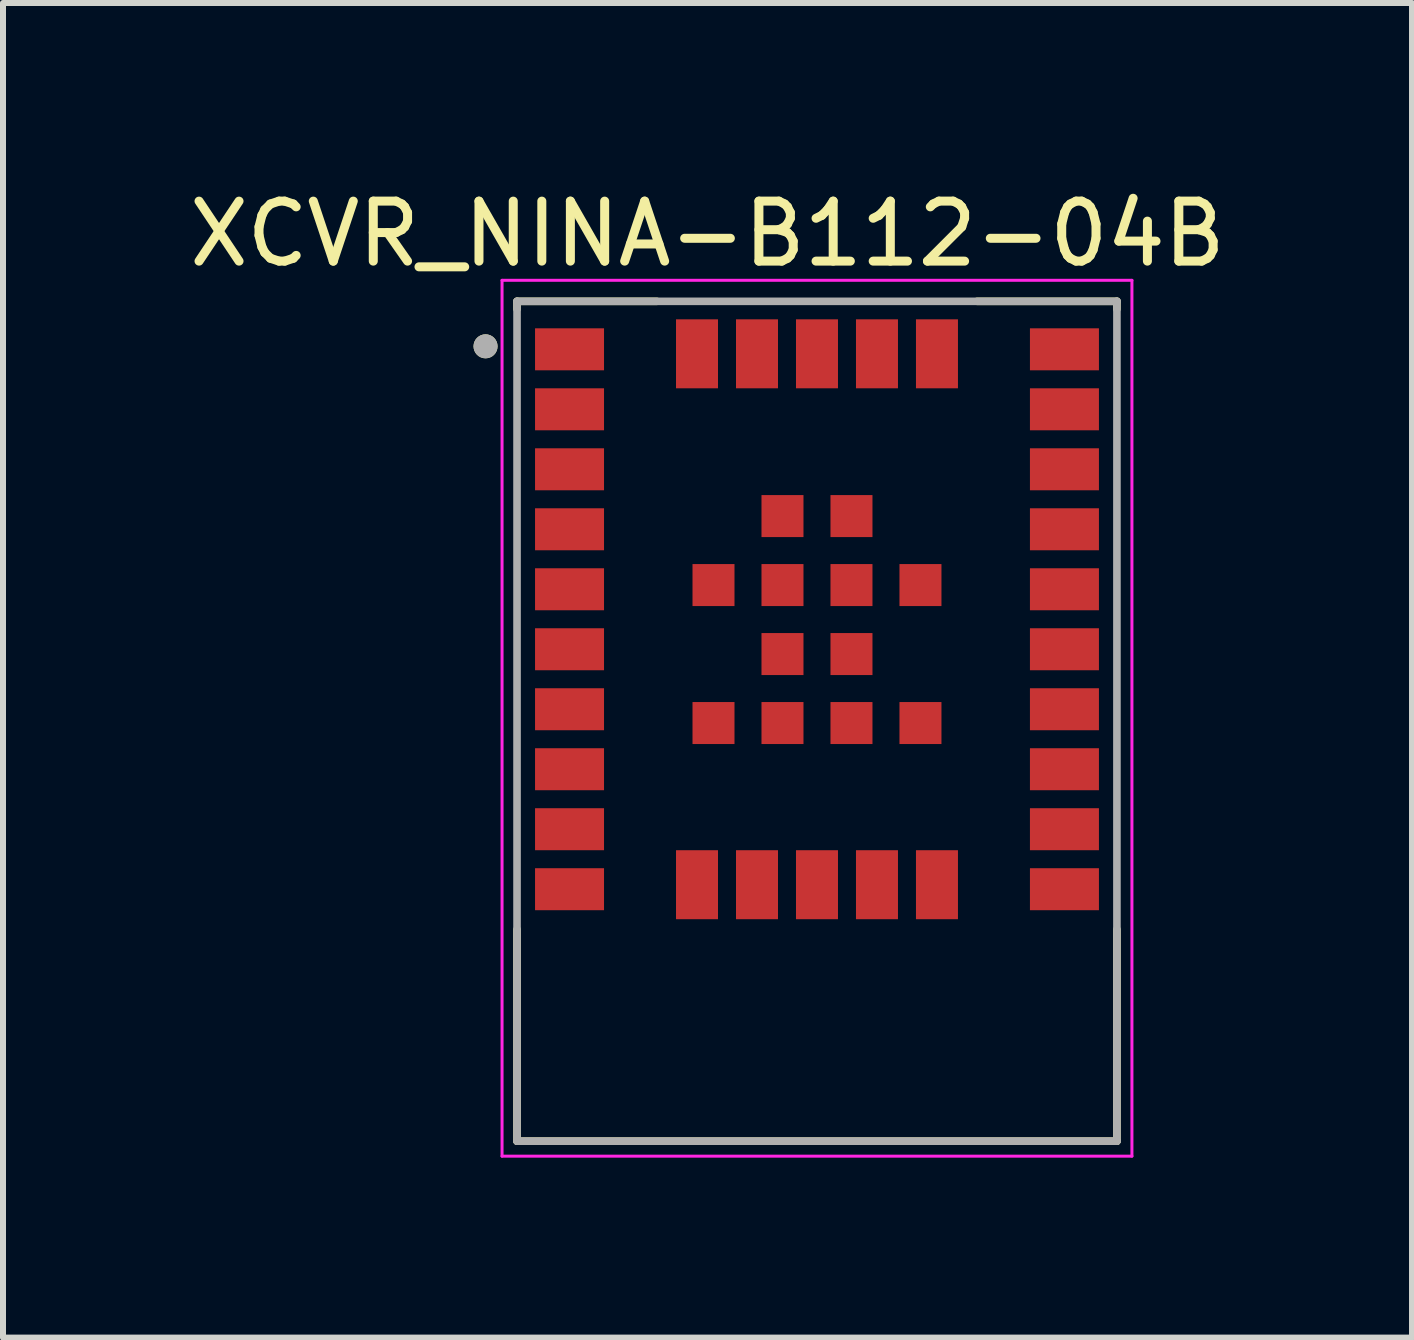
<source format=kicad_pcb>
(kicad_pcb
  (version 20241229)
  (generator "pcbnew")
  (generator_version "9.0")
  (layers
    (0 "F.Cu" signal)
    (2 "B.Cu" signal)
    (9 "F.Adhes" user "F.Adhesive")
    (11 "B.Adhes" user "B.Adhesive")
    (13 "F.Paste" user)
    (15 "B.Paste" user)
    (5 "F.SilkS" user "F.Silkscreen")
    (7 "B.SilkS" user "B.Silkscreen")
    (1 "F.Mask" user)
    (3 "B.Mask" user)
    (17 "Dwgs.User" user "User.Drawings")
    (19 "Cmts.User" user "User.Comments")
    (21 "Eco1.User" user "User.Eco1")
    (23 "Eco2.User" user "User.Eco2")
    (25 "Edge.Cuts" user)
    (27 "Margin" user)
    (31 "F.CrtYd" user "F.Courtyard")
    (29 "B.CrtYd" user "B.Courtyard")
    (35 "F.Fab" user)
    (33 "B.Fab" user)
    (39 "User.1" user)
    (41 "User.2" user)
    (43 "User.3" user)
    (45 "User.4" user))
  (footprint "XCVR_NINA-B112-04B"
    (layer "F.Cu")
    (at 10.569 8.973)
    (property "Reference" "XCVR_NINA-B112-04B" (at -1.825 -8.125 0) (layer "F.SilkS") (effects (font (size 1 1) (thickness 0.15))))
    (attr smd)
    (fp_line (start -5 -7) (end -5 -6.87) (stroke (width 0.127) (type solid)) (layer "F.SilkS"))
    (fp_line (start -5 3.47) (end -5 7) (stroke (width 0.127) (type solid)) (layer "F.SilkS"))
    (fp_line (start -5 7) (end 5 7) (stroke (width 0.127) (type solid)) (layer "F.SilkS"))
    (fp_line (start -2.67 -7) (end -5 -7) (stroke (width 0.127) (type solid)) (layer "F.SilkS"))
    (fp_line (start 5 -7) (end 2.67 -7) (stroke (width 0.127) (type solid)) (layer "F.SilkS"))
    (fp_line (start 5 -6.87) (end 5 -7) (stroke (width 0.127) (type solid)) (layer "F.SilkS"))
    (fp_line (start 5 7) (end 5 3.47) (stroke (width 0.127) (type solid)) (layer "F.SilkS"))
    (fp_circle (center -5.525 -6.25) (end -5.425 -6.25) (stroke (width 0.2) (type solid)) (fill no) (layer "F.SilkS"))
    (fp_line (start -5.25 -7.35) (end -5.25 7.25) (stroke (width 0.05) (type solid)) (layer "F.CrtYd"))
    (fp_line (start -5.25 7.25) (end 5.25 7.25) (stroke (width 0.05) (type solid)) (layer "F.CrtYd"))
    (fp_line (start 5.25 -7.35) (end -5.25 -7.35) (stroke (width 0.05) (type solid)) (layer "F.CrtYd"))
    (fp_line (start 5.25 7.25) (end 5.25 -7.35) (stroke (width 0.05) (type solid)) (layer "F.CrtYd"))
    (fp_line (start -5 -7) (end -5 7) (stroke (width 0.127) (type solid)) (layer "F.Fab"))
    (fp_line (start -5 7) (end 5 7) (stroke (width 0.127) (type solid)) (layer "F.Fab"))
    (fp_line (start 5 -7) (end -5 -7) (stroke (width 0.127) (type solid)) (layer "F.Fab"))
    (fp_line (start 5 7) (end 5 -7) (stroke (width 0.127) (type solid)) (layer "F.Fab"))
    (fp_circle (center -5.525 -6.25) (end -5.425 -6.25) (stroke (width 0.2) (type solid)) (fill no) (layer "F.Fab"))
    (pad "1" smd rect (at -4.125 -6.2) (size 1.15 0.7) (layers "F.Cu" "F.Mask" "F.Paste"))
    (pad "2" smd rect (at -4.125 -5.2) (size 1.15 0.7) (layers "F.Cu" "F.Mask" "F.Paste"))
    (pad "3" smd rect (at -4.125 -4.2) (size 1.15 0.7) (layers "F.Cu" "F.Mask" "F.Paste"))
    (pad "4" smd rect (at -4.125 -3.2) (size 1.15 0.7) (layers "F.Cu" "F.Mask" "F.Paste"))
    (pad "5" smd rect (at -4.125 -2.2) (size 1.15 0.7) (layers "F.Cu" "F.Mask" "F.Paste"))
    (pad "6" smd rect (at -4.125 -1.2) (size 1.15 0.7) (layers "F.Cu" "F.Mask" "F.Paste"))
    (pad "7" smd rect (at -4.125 -0.2) (size 1.15 0.7) (layers "F.Cu" "F.Mask" "F.Paste"))
    (pad "8" smd rect (at -4.125 0.8) (size 1.15 0.7) (layers "F.Cu" "F.Mask" "F.Paste"))
    (pad "9" smd rect (at -4.125 1.8) (size 1.15 0.7) (layers "F.Cu" "F.Mask" "F.Paste"))
    (pad "10" smd rect (at -4.125 2.8) (size 1.15 0.7) (layers "F.Cu" "F.Mask" "F.Paste"))
    (pad "11" smd rect (at -2 2.725) (size 0.7 1.15) (layers "F.Cu" "F.Mask" "F.Paste"))
    (pad "12" smd rect (at -1 2.725) (size 0.7 1.15) (layers "F.Cu" "F.Mask" "F.Paste"))
    (pad "13" smd rect (at 0 2.725) (size 0.7 1.15) (layers "F.Cu" "F.Mask" "F.Paste"))
    (pad "14" smd rect (at 1 2.725) (size 0.7 1.15) (layers "F.Cu" "F.Mask" "F.Paste"))
    (pad "15" smd rect (at 2 2.725) (size 0.7 1.15) (layers "F.Cu" "F.Mask" "F.Paste"))
    (pad "16" smd rect (at 4.125 2.8) (size 1.15 0.7) (layers "F.Cu" "F.Mask" "F.Paste"))
    (pad "17" smd rect (at 4.125 1.8) (size 1.15 0.7) (layers "F.Cu" "F.Mask" "F.Paste"))
    (pad "18" smd rect (at 4.125 0.8) (size 1.15 0.7) (layers "F.Cu" "F.Mask" "F.Paste"))
    (pad "19" smd rect (at 4.125 -0.2) (size 1.15 0.7) (layers "F.Cu" "F.Mask" "F.Paste"))
    (pad "20" smd rect (at 4.125 -1.2) (size 1.15 0.7) (layers "F.Cu" "F.Mask" "F.Paste"))
    (pad "21" smd rect (at 4.125 -2.2) (size 1.15 0.7) (layers "F.Cu" "F.Mask" "F.Paste"))
    (pad "22" smd rect (at 4.125 -3.2) (size 1.15 0.7) (layers "F.Cu" "F.Mask" "F.Paste"))
    (pad "23" smd rect (at 4.125 -4.2) (size 1.15 0.7) (layers "F.Cu" "F.Mask" "F.Paste"))
    (pad "24" smd rect (at 4.125 -5.2) (size 1.15 0.7) (layers "F.Cu" "F.Mask" "F.Paste"))
    (pad "25" smd rect (at 4.125 -6.2) (size 1.15 0.7) (layers "F.Cu" "F.Mask" "F.Paste"))
    (pad "26" smd rect (at 2 -6.125) (size 0.7 1.15) (layers "F.Cu" "F.Mask" "F.Paste"))
    (pad "27" smd rect (at 1 -6.125) (size 0.7 1.15) (layers "F.Cu" "F.Mask" "F.Paste"))
    (pad "28" smd rect (at 0 -6.125) (size 0.7 1.15) (layers "F.Cu" "F.Mask" "F.Paste"))
    (pad "29" smd rect (at -1 -6.125) (size 0.7 1.15) (layers "F.Cu" "F.Mask" "F.Paste"))
    (pad "30" smd rect (at -2 -6.125) (size 0.7 1.15) (layers "F.Cu" "F.Mask" "F.Paste"))
    (pad "31" smd rect (at -0.575 -3.42) (size 0.7 0.7) (layers "F.Cu" "F.Mask" "F.Paste"))
    (pad "32" smd rect (at 0.575 -3.42) (size 0.7 0.7) (layers "F.Cu" "F.Mask" "F.Paste"))
    (pad "33" smd rect (at -1.725 -2.27) (size 0.7 0.7) (layers "F.Cu" "F.Mask" "F.Paste"))
    (pad "34" smd rect (at -0.575 -2.27) (size 0.7 0.7) (layers "F.Cu" "F.Mask" "F.Paste"))
    (pad "35" smd rect (at 0.575 -2.27) (size 0.7 0.7) (layers "F.Cu" "F.Mask" "F.Paste"))
    (pad "36" smd rect (at 1.725 -2.27) (size 0.7 0.7) (layers "F.Cu" "F.Mask" "F.Paste"))
    (pad "37" smd rect (at -0.575 -1.12) (size 0.7 0.7) (layers "F.Cu" "F.Mask" "F.Paste"))
    (pad "38" smd rect (at 0.575 -1.12) (size 0.7 0.7) (layers "F.Cu" "F.Mask" "F.Paste"))
    (pad "39" smd rect (at -1.725 0.03) (size 0.7 0.7) (layers "F.Cu" "F.Mask" "F.Paste"))
    (pad "40" smd rect (at -0.575 0.03) (size 0.7 0.7) (layers "F.Cu" "F.Mask" "F.Paste"))
    (pad "41" smd rect (at 0.575 0.03) (size 0.7 0.7) (layers "F.Cu" "F.Mask" "F.Paste"))
    (pad "42" smd rect (at 1.725 0.03) (size 0.7 0.7) (layers "F.Cu" "F.Mask" "F.Paste"))
    (zone (net_name "") (layer "F.Cu") (hatch full 0.508) (connect_pads) (min_thickness 0.01) (filled_areas_thickness no) (keepout (tracks not_allowed) (vias not_allowed) (pads not_allowed) (copperpour not_allowed) (footprints allowed)) (placement (enabled no)) (fill) (polygon (pts (xy 5.569 12.573) (xy 15.569 12.573) (xy 15.569 15.973) (xy 5.569 15.973))))
    (zone (net_name "") (layers "F.Cu" "B.Cu") (hatch full 0.508) (connect_pads) (min_thickness 0.01) (filled_areas_thickness no) (keepout (tracks allowed) (vias not_allowed) (pads allowed) (copperpour allowed) (footprints allowed)) (placement (enabled no)) (fill) (polygon (pts (xy 5.569 12.573) (xy 15.569 12.573) (xy 15.569 15.973) (xy 5.569 15.973))))
    (zone (net_name "") (layer "B.Cu") (hatch full 0.508) (connect_pads) (min_thickness 0.01) (filled_areas_thickness no) (keepout (tracks not_allowed) (vias not_allowed) (pads not_allowed) (copperpour not_allowed) (footprints allowed)) (placement (enabled no)) (fill) (polygon (pts (xy 5.569 12.573) (xy 15.569 12.573) (xy 15.569 15.973) (xy 5.569 15.973)))))
  (gr_rect
    (start -3 -3)
    (end 20.488 19.248)
    (stroke (width 0.1) (type default))
    (fill no)
    (layer "Edge.Cuts")))
</source>
